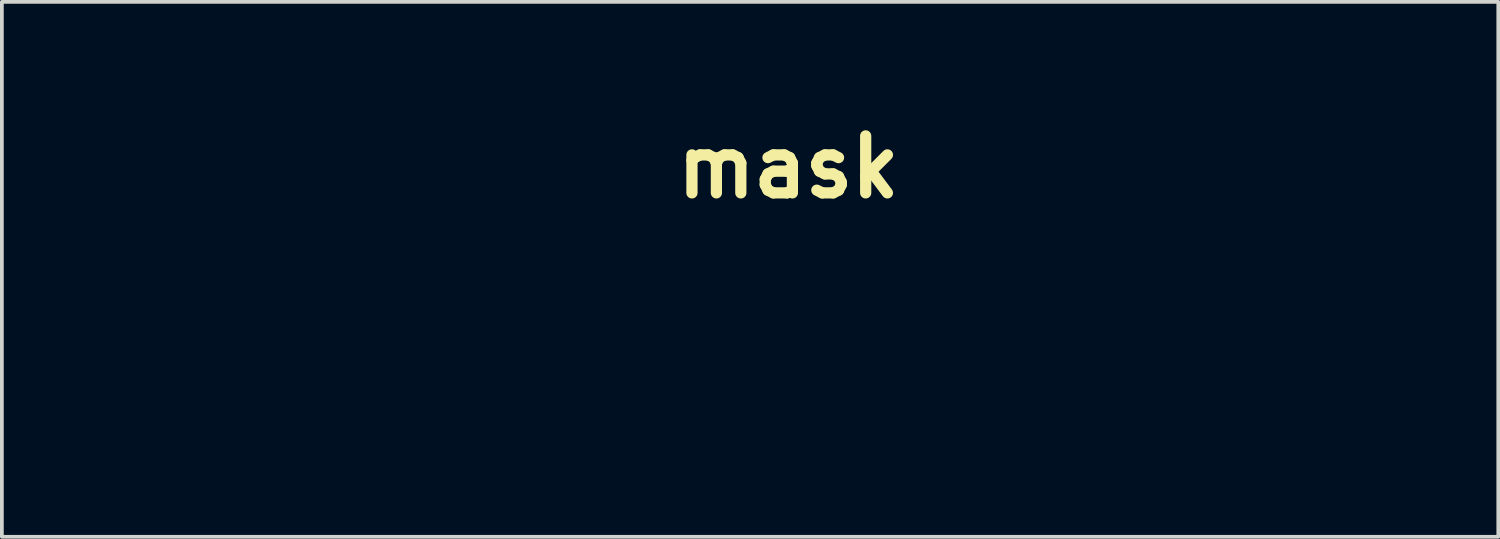
<source format=kicad_pcb>
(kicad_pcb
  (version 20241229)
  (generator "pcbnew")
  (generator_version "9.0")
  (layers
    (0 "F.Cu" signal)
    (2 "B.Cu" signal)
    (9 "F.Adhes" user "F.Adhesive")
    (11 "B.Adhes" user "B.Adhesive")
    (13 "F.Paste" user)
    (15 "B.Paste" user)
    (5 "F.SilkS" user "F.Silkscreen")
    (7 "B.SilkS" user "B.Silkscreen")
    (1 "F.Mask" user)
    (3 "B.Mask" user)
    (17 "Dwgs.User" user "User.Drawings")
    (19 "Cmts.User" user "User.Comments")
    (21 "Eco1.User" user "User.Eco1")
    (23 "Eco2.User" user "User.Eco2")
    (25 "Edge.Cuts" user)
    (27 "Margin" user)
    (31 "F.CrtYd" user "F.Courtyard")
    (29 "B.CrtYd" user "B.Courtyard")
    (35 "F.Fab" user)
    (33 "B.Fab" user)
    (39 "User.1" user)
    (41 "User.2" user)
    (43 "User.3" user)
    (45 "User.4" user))
  (footprint "mask"
    (layer "F.Cu")
    (at 18.028 1.418)
    (property "Reference" "mask" (at 0 0 0) (layer "F.SilkS") (effects (font (size 1.524 1.524) (thickness 0.3))))
    (attr board_only exclude_from_pos_files exclude_from_bom)
    (fp_poly (pts (xy -8.664 6.885) (xy -9.363 6.885) (xy -9.363 5.571) (xy -8.664 5.571)) (stroke (width 0) (type solid)) (fill yes) (layer "F.Mask"))
    (fp_poly (pts (xy -7.16 6.885) (xy -7.859 6.885) (xy -7.859 5.571) (xy -7.16 5.571)) (stroke (width 0) (type solid)) (fill yes) (layer "F.Mask"))
    (fp_poly (pts (xy -5.656 6.885) (xy -6.355 6.885) (xy -6.355 5.571) (xy -5.656 5.571)) (stroke (width 0) (type solid)) (fill yes) (layer "F.Mask"))
    (fp_poly (pts (xy -4.152 6.885) (xy -4.851 6.885) (xy -4.851 5.571) (xy -4.152 5.571)) (stroke (width 0) (type solid)) (fill yes) (layer "F.Mask"))
    (fp_poly (pts (xy 4.851 6.885) (xy 4.152 6.885) (xy 4.152 5.571) (xy 4.851 5.571)) (stroke (width 0) (type solid)) (fill yes) (layer "F.Mask"))
    (fp_poly (pts (xy 6.355 6.885) (xy 5.656 6.885) (xy 5.656 5.571) (xy 6.355 5.571)) (stroke (width 0) (type solid)) (fill yes) (layer "F.Mask"))
    (fp_poly (pts (xy 7.859 6.885) (xy 7.16 6.885) (xy 7.16 5.571) (xy 7.859 5.571)) (stroke (width 0) (type solid)) (fill yes) (layer "F.Mask"))
    (fp_poly (pts (xy 9.258 2.246) (xy -18.028 2.246) (xy -18.028 0.318) (xy 9.258 0.318)) (stroke (width 0) (type solid)) (fill yes) (layer "F.Mask"))
    (fp_poly (pts (xy 9.363 6.885) (xy 8.664 6.885) (xy 8.664 5.571) (xy 9.363 5.571)) (stroke (width 0) (type solid)) (fill yes) (layer "F.Mask"))
    (fp_poly (pts (xy 15.261 1.822) (xy 15.388 1.825) (xy 15.496 1.831) (xy 15.577 1.839) (xy 15.616 1.846) (xy 15.713 1.893) (xy 15.81 1.97) (xy 15.895 2.068) (xy 15.925 2.115) (xy 15.984 2.214) (xy 15.984 3.114) (xy 15.984 3.333) (xy 15.983 3.514) (xy 15.983 3.66) (xy 15.981 3.777) (xy 15.979 3.868) (xy 15.976 3.936) (xy 15.972 3.988) (xy 15.966 4.025) (xy 15.959 4.053) (xy 15.949 4.076) (xy 15.938 4.098) (xy 15.938 4.099) (xy 15.848 4.222) (xy 15.73 4.321) (xy 15.655 4.362) (xy 15.622 4.376) (xy 15.587 4.386) (xy 15.543 4.394) (xy 15.485 4.399) (xy 15.407 4.403) (xy 15.303 4.404) (xy 15.166 4.405) (xy 15.051 4.405) (xy 14.879 4.404) (xy 14.745 4.402) (xy 14.642 4.399) (xy 14.567 4.393) (xy 14.514 4.386) (xy 14.478 4.376) (xy 14.472 4.374) (xy 14.347 4.299) (xy 14.242 4.196) (xy 14.185 4.105) (xy 14.13 3.996) (xy 14.13 3.882) (xy 14.515 3.882) (xy 14.525 3.92) (xy 14.556 3.966) (xy 14.562 3.972) (xy 14.615 4.025) (xy 15.049 4.025) (xy 15.195 4.025) (xy 15.305 4.024) (xy 15.385 4.022) (xy 15.441 4.018) (xy 15.479 4.011) (xy 15.506 4.001) (xy 15.527 3.987) (xy 15.543 3.974) (xy 15.602 3.923) (xy 15.609 3.413) (xy 15.61 3.243) (xy 15.609 3.105) (xy 15.607 3.001) (xy 15.602 2.932) (xy 15.596 2.903) (xy 15.594 2.902) (xy 15.572 2.916) (xy 15.524 2.955) (xy 15.453 3.014) (xy 15.366 3.091) (xy 15.265 3.18) (xy 15.156 3.278) (xy 15.042 3.38) (xy 14.93 3.483) (xy 14.822 3.582) (xy 14.724 3.674) (xy 14.639 3.754) (xy 14.574 3.818) (xy 14.531 3.862) (xy 14.515 3.882) (xy 14.13 3.882) (xy 14.13 3.356) (xy 14.511 3.356) (xy 14.601 3.27) (xy 14.641 3.233) (xy 14.708 3.172) (xy 14.795 3.093) (xy 14.899 3) (xy 15.013 2.898) (xy 15.126 2.798) (xy 15.241 2.694) (xy 15.347 2.599) (xy 15.439 2.515) (xy 15.513 2.446) (xy 15.564 2.398) (xy 15.587 2.373) (xy 15.588 2.373) (xy 15.601 2.344) (xy 15.593 2.315) (xy 15.559 2.271) (xy 15.552 2.263) (xy 15.489 2.193) (xy 15.145 2.185) (xy 14.979 2.183) (xy 14.849 2.184) (xy 14.749 2.19) (xy 14.676 2.2) (xy 14.622 2.217) (xy 14.582 2.239) (xy 14.562 2.257) (xy 14.546 2.273) (xy 14.534 2.291) (xy 14.525 2.316) (xy 14.519 2.352) (xy 14.515 2.407) (xy 14.513 2.484) (xy 14.512 2.589) (xy 14.511 2.729) (xy 14.511 2.832) (xy 14.511 3.356) (xy 14.13 3.356) (xy 14.13 2.233) (xy 14.185 2.123) (xy 14.266 2.005) (xy 14.377 1.908) (xy 14.477 1.853) (xy 14.524 1.843) (xy 14.605 1.835) (xy 14.713 1.828) (xy 14.841 1.823) (xy 14.979 1.821) (xy 15.122 1.82)) (stroke (width 0) (type solid)) (fill yes) (layer "F.Mask"))
    (fp_poly (pts (xy 15.012 -1.098) (xy 15.08 -1.098) (xy 15.581 -1.091) (xy 15.682 -1.031) (xy 15.756 -0.977) (xy 15.827 -0.908) (xy 15.856 -0.873) (xy 15.904 -0.798) (xy 15.937 -0.722) (xy 15.958 -0.634) (xy 15.968 -0.528) (xy 15.969 -0.394) (xy 15.964 -0.279) (xy 15.956 -0.148) (xy 15.945 -0.049) (xy 15.929 0.027) (xy 15.905 0.09) (xy 15.871 0.151) (xy 15.841 0.195) (xy 15.828 0.227) (xy 15.844 0.261) (xy 15.86 0.28) (xy 15.897 0.323) (xy 15.924 0.364) (xy 15.942 0.412) (xy 15.953 0.472) (xy 15.958 0.554) (xy 15.96 0.665) (xy 15.96 0.775) (xy 15.957 0.924) (xy 15.95 1.039) (xy 15.937 1.127) (xy 15.916 1.197) (xy 15.883 1.255) (xy 15.838 1.311) (xy 15.789 1.359) (xy 15.739 1.406) (xy 15.693 1.442) (xy 15.647 1.47) (xy 15.594 1.489) (xy 15.527 1.503) (xy 15.441 1.511) (xy 15.329 1.516) (xy 15.186 1.519) (xy 15.073 1.52) (xy 14.912 1.521) (xy 14.787 1.521) (xy 14.692 1.52) (xy 14.62 1.516) (xy 14.565 1.509) (xy 14.52 1.5) (xy 14.479 1.488) (xy 14.473 1.486) (xy 14.344 1.42) (xy 14.238 1.326) (xy 14.161 1.21) (xy 14.117 1.079) (xy 14.109 0.994) (xy 14.119 0.891) (xy 14.151 0.823) (xy 14.207 0.783) (xy 14.244 0.772) (xy 14.336 0.773) (xy 14.409 0.811) (xy 14.458 0.883) (xy 14.469 0.916) (xy 14.489 0.991) (xy 14.506 1.036) (xy 14.526 1.065) (xy 14.558 1.089) (xy 14.579 1.102) (xy 14.606 1.117) (xy 14.636 1.128) (xy 14.675 1.135) (xy 14.731 1.14) (xy 14.809 1.141) (xy 14.916 1.141) (xy 15.055 1.139) (xy 15.196 1.137) (xy 15.301 1.135) (xy 15.376 1.131) (xy 15.428 1.125) (xy 15.463 1.117) (xy 15.487 1.106) (xy 15.508 1.09) (xy 15.516 1.082) (xy 15.539 1.059) (xy 15.554 1.034) (xy 15.563 1) (xy 15.568 0.947) (xy 15.57 0.868) (xy 15.57 0.769) (xy 15.57 0.658) (xy 15.568 0.582) (xy 15.562 0.532) (xy 15.552 0.498) (xy 15.536 0.473) (xy 15.518 0.455) (xy 15.493 0.432) (xy 15.465 0.417) (xy 15.426 0.408) (xy 15.366 0.404) (xy 15.276 0.403) (xy 15.231 0.403) (xy 15.093 0.399) (xy 14.992 0.386) (xy 14.922 0.362) (xy 14.879 0.323) (xy 14.857 0.267) (xy 14.851 0.199) (xy 14.855 0.138) (xy 14.871 0.094) (xy 14.906 0.063) (xy 14.965 0.042) (xy 15.054 0.03) (xy 15.178 0.022) (xy 15.201 0.021) (xy 15.312 0.016) (xy 15.388 0.011) (xy 15.44 0.003) (xy 15.474 -0.009) (xy 15.501 -0.027) (xy 15.52 -0.046) (xy 15.546 -0.075) (xy 15.563 -0.106) (xy 15.573 -0.15) (xy 15.579 -0.216) (xy 15.582 -0.31) (xy 15.583 -0.445) (xy 15.574 -0.544) (xy 15.555 -0.614) (xy 15.523 -0.662) (xy 15.485 -0.689) (xy 15.438 -0.702) (xy 15.357 -0.712) (xy 15.251 -0.718) (xy 15.13 -0.722) (xy 15.002 -0.723) (xy 14.876 -0.721) (xy 14.76 -0.716) (xy 14.665 -0.707) (xy 14.597 -0.696) (xy 14.575 -0.688) (xy 14.526 -0.643) (xy 14.488 -0.572) (xy 14.47 -0.491) (xy 14.469 -0.475) (xy 14.45 -0.431) (xy 14.401 -0.393) (xy 14.335 -0.367) (xy 14.282 -0.36) (xy 14.201 -0.37) (xy 14.148 -0.404) (xy 14.119 -0.466) (xy 14.109 -0.563) (xy 14.109 -0.574) (xy 14.129 -0.718) (xy 14.188 -0.848) (xy 14.284 -0.96) (xy 14.318 -0.988) (xy 14.366 -1.023) (xy 14.414 -1.05) (xy 14.467 -1.07) (xy 14.531 -1.084) (xy 14.611 -1.093) (xy 14.714 -1.098) (xy 14.846 -1.1)) (stroke (width 0) (type solid)) (fill yes) (layer "F.Mask")))
  (gr_rect
    (start -3 -3)
    (end 37.011 11.303)
    (stroke (width 0.1) (type default))
    (fill no)
    (layer "Edge.Cuts")))
</source>
